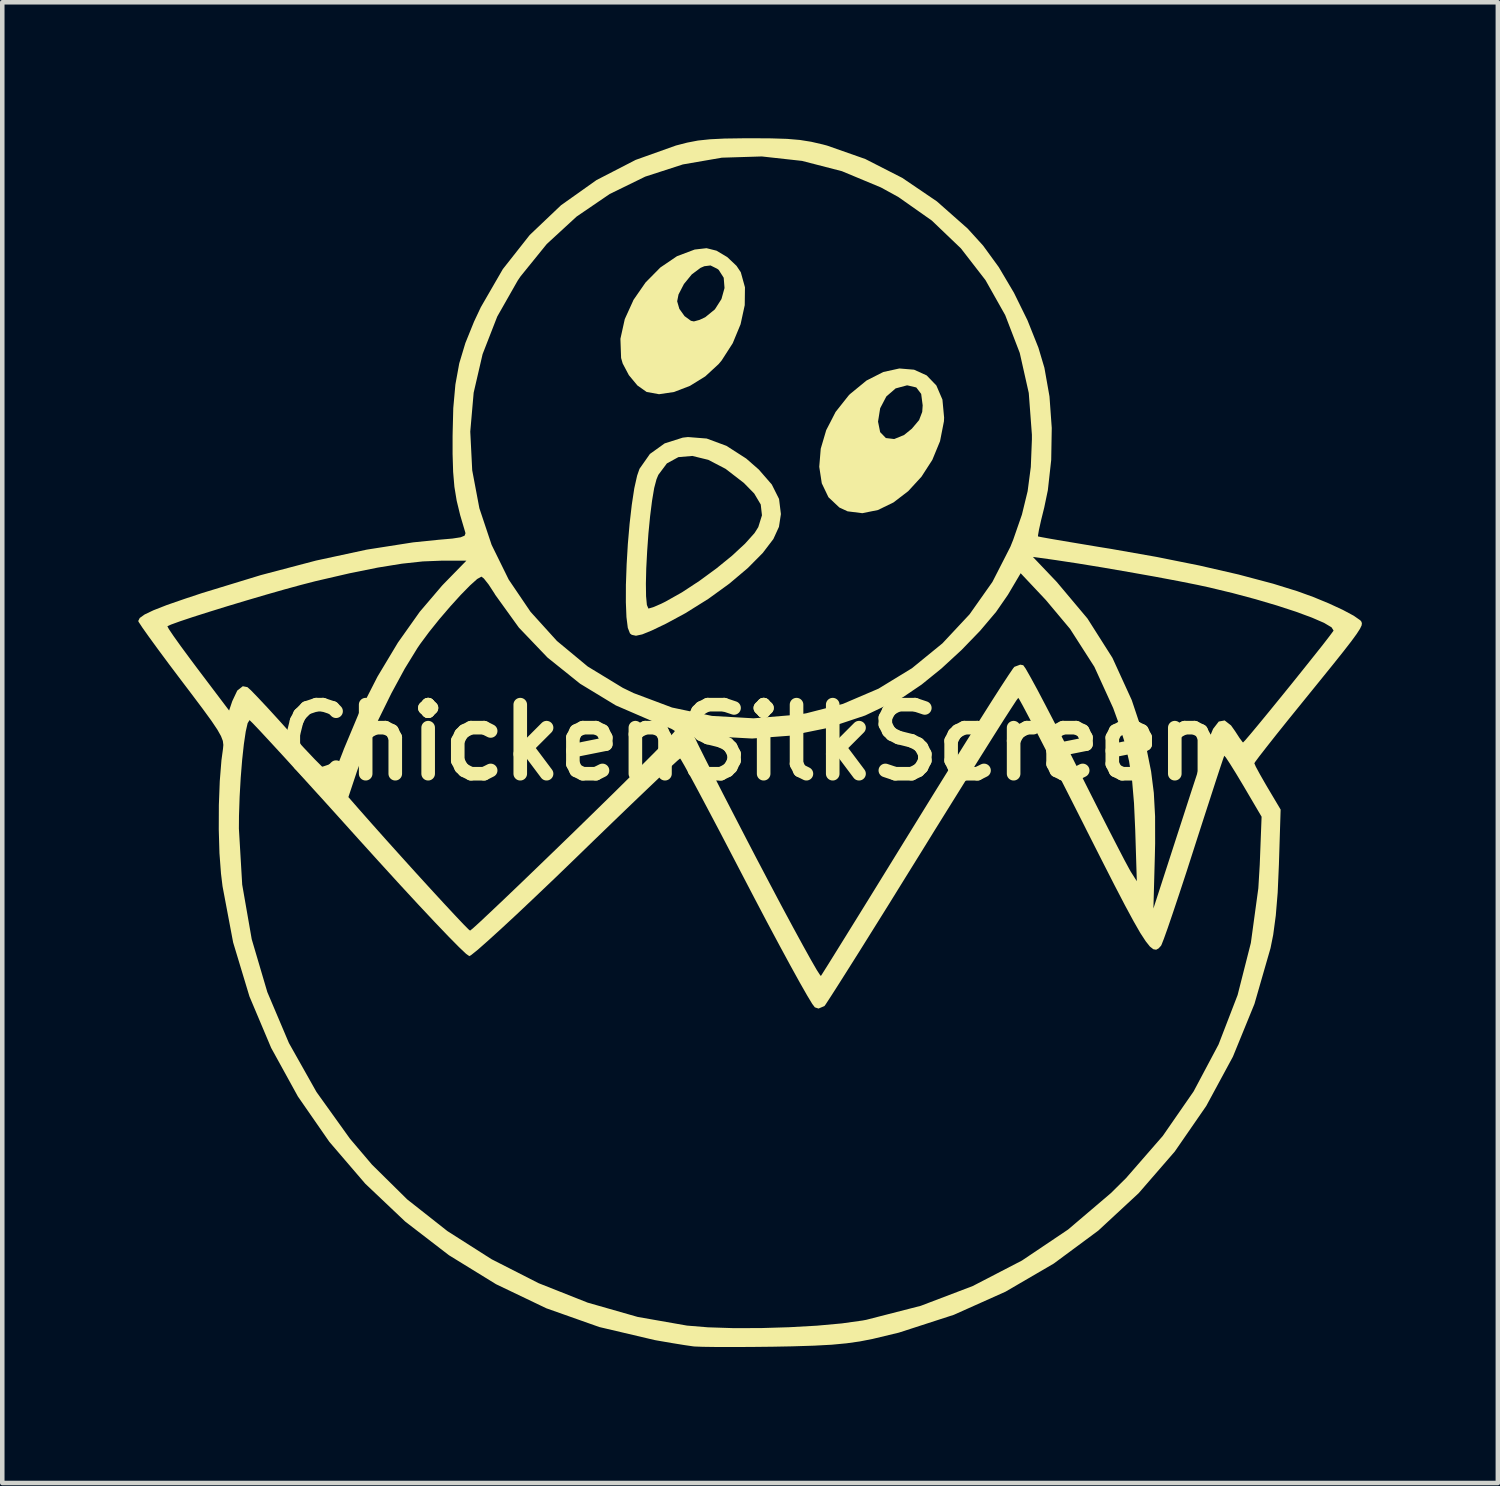
<source format=kicad_pcb>
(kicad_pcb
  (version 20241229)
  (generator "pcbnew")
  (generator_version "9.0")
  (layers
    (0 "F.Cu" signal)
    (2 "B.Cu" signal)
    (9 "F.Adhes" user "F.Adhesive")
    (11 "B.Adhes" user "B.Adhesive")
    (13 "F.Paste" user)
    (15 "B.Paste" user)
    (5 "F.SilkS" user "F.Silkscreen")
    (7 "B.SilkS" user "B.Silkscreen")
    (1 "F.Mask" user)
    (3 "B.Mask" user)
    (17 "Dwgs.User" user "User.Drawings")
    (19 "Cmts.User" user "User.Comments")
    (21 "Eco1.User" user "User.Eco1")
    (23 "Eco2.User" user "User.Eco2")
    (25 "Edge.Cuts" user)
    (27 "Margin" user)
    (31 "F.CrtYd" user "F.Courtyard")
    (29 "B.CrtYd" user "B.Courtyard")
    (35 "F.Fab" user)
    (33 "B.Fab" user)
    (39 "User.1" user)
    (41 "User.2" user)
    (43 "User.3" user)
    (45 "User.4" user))
  (footprint "ChickenSilkScreen"
    (layer "F.Cu")
    (at 13.509 13.332)
    (property "Reference" "ChickenSilkScreen" (at 0 0 0) (layer "F.SilkS") (effects (font (size 1.524 1.524) (thickness 0.3))))
    (attr through_hole)
    (fp_poly (pts (xy 3.609 -8.225) (xy 3.887 -8.099) (xy 4.101 -7.877) (xy 4.235 -7.565) (xy 4.272 -7.167) (xy 4.268 -7.085) (xy 4.182 -6.647) (xy 4.012 -6.235) (xy 3.772 -5.863) (xy 3.48 -5.545) (xy 3.155 -5.296) (xy 2.812 -5.129) (xy 2.468 -5.059) (xy 2.142 -5.1) (xy 1.961 -5.184) (xy 1.72 -5.411) (xy 1.573 -5.718) (xy 1.517 -6.083) (xy 1.55 -6.482) (xy 1.671 -6.892) (xy 1.768 -7.079) (xy 2.814 -7.079) (xy 2.861 -6.847) (xy 2.987 -6.717) (xy 3.171 -6.695) (xy 3.389 -6.784) (xy 3.56 -6.923) (xy 3.72 -7.113) (xy 3.789 -7.294) (xy 3.799 -7.437) (xy 3.766 -7.691) (xy 3.658 -7.833) (xy 3.464 -7.879) (xy 3.451 -7.879) (xy 3.202 -7.812) (xy 2.997 -7.634) (xy 2.861 -7.374) (xy 2.814 -7.079) (xy 1.768 -7.079) (xy 1.877 -7.292) (xy 2.166 -7.657) (xy 2.193 -7.685) (xy 2.56 -7.986) (xy 2.93 -8.174) (xy 3.285 -8.252)) (stroke (width 0) (type solid)) (fill yes) (layer "F.SilkS"))
    (fp_poly (pts (xy -0.75 -10.851) (xy -0.512 -10.709) (xy -0.308 -10.516) (xy -0.214 -10.375) (xy -0.122 -10.043) (xy -0.127 -9.649) (xy -0.219 -9.227) (xy -0.392 -8.809) (xy -0.637 -8.428) (xy -0.703 -8.349) (xy -0.997 -8.078) (xy -1.336 -7.868) (xy -1.687 -7.733) (xy -2.018 -7.684) (xy -2.292 -7.734) (xy -2.495 -7.877) (xy -2.684 -8.105) (xy -2.82 -8.362) (xy -2.855 -8.484) (xy -2.87 -8.907) (xy -2.774 -9.341) (xy -2.595 -9.734) (xy -1.618 -9.734) (xy -1.57 -9.568) (xy -1.455 -9.407) (xy -1.314 -9.304) (xy -1.249 -9.29) (xy -1.124 -9.324) (xy -0.998 -9.383) (xy -0.786 -9.556) (xy -0.641 -9.783) (xy -0.573 -10.027) (xy -0.591 -10.254) (xy -0.702 -10.428) (xy -0.735 -10.452) (xy -0.882 -10.525) (xy -1.019 -10.508) (xy -1.102 -10.472) (xy -1.295 -10.328) (xy -1.469 -10.115) (xy -1.588 -9.885) (xy -1.618 -9.734) (xy -2.595 -9.734) (xy -2.583 -9.763) (xy -2.315 -10.15) (xy -1.989 -10.48) (xy -1.622 -10.729) (xy -1.232 -10.876) (xy -0.97 -10.906)) (stroke (width 0) (type solid)) (fill yes) (layer "F.SilkS"))
    (fp_poly (pts (xy -0.966 -6.706) (xy -0.531 -6.545) (xy -0.095 -6.265) (xy 0.183 -6.022) (xy 0.47 -5.692) (xy 0.63 -5.373) (xy 0.671 -5.04) (xy 0.628 -4.758) (xy 0.505 -4.489) (xy 0.27 -4.181) (xy -0.06 -3.848) (xy -0.466 -3.505) (xy -0.931 -3.168) (xy -1.437 -2.852) (xy -1.865 -2.621) (xy -2.175 -2.472) (xy -2.388 -2.385) (xy -2.527 -2.355) (xy -2.619 -2.375) (xy -2.659 -2.406) (xy -2.707 -2.529) (xy -2.737 -2.767) (xy -2.75 -3.095) (xy -2.749 -3.49) (xy -2.748 -3.503) (xy -2.308 -3.503) (xy -2.304 -3.225) (xy -2.286 -3.034) (xy -2.253 -2.956) (xy -2.249 -2.955) (xy -2.146 -2.985) (xy -1.972 -3.06) (xy -1.879 -3.106) (xy -1.513 -3.312) (xy -1.129 -3.564) (xy -0.752 -3.84) (xy -0.407 -4.121) (xy -0.119 -4.388) (xy 0.089 -4.62) (xy 0.172 -4.752) (xy 0.253 -5.012) (xy 0.226 -5.251) (xy 0.082 -5.493) (xy -0.147 -5.727) (xy -0.549 -6.037) (xy -0.931 -6.236) (xy -1.283 -6.322) (xy -1.591 -6.296) (xy -1.845 -6.157) (xy -2.033 -5.905) (xy -2.074 -5.807) (xy -2.125 -5.614) (xy -2.172 -5.334) (xy -2.215 -4.992) (xy -2.252 -4.613) (xy -2.28 -4.221) (xy -2.3 -3.843) (xy -2.308 -3.503) (xy -2.748 -3.503) (xy -2.733 -3.927) (xy -2.706 -4.381) (xy -2.667 -4.829) (xy -2.619 -5.246) (xy -2.564 -5.608) (xy -2.501 -5.889) (xy -2.449 -6.038) (xy -2.219 -6.366) (xy -1.894 -6.599) (xy -1.494 -6.726) (xy -1.38 -6.739)) (stroke (width 0) (type solid)) (fill yes) (layer "F.SilkS"))
    (fp_poly (pts (xy 0.455 -13.329) (xy 0.806 -13.318) (xy 1.089 -13.294) (xy 1.34 -13.254) (xy 1.595 -13.195) (xy 1.689 -13.17) (xy 2.532 -12.874) (xy 3.349 -12.457) (xy 4.112 -11.939) (xy 4.791 -11.339) (xy 5.133 -10.962) (xy 5.478 -10.488) (xy 5.813 -9.922) (xy 6.112 -9.314) (xy 6.353 -8.71) (xy 6.485 -8.267) (xy 6.597 -7.635) (xy 6.647 -6.939) (xy 6.635 -6.233) (xy 6.561 -5.567) (xy 6.481 -5.183) (xy 6.413 -4.909) (xy 6.365 -4.693) (xy 6.343 -4.566) (xy 6.344 -4.546) (xy 6.417 -4.531) (xy 6.609 -4.496) (xy 6.901 -4.446) (xy 7.272 -4.384) (xy 7.702 -4.312) (xy 7.951 -4.272) (xy 8.955 -4.095) (xy 9.902 -3.905) (xy 10.768 -3.706) (xy 11.532 -3.503) (xy 12.067 -3.337) (xy 12.42 -3.209) (xy 12.764 -3.067) (xy 13.07 -2.925) (xy 13.309 -2.797) (xy 13.454 -2.696) (xy 13.477 -2.669) (xy 13.49 -2.633) (xy 13.484 -2.583) (xy 13.448 -2.508) (xy 13.375 -2.395) (xy 13.257 -2.233) (xy 13.083 -2.009) (xy 12.846 -1.712) (xy 12.537 -1.33) (xy 12.16 -0.865) (xy 11.865 -0.501) (xy 11.603 -0.174) (xy 11.386 0.101) (xy 11.225 0.308) (xy 11.133 0.432) (xy 11.117 0.46) (xy 11.15 0.536) (xy 11.24 0.702) (xy 11.367 0.924) (xy 11.407 0.992) (xy 11.697 1.48) (xy 11.659 2.693) (xy 11.632 3.312) (xy 11.59 3.819) (xy 11.533 4.244) (xy 11.474 4.538) (xy 11.119 5.77) (xy 10.644 6.933) (xy 10.056 8.02) (xy 9.361 9.026) (xy 8.564 9.945) (xy 7.673 10.771) (xy 6.692 11.497) (xy 5.627 12.118) (xy 4.487 12.628) (xy 3.275 13.021) (xy 2.692 13.161) (xy 2.41 13.216) (xy 2.119 13.257) (xy 1.792 13.288) (xy 1.401 13.309) (xy 0.917 13.324) (xy 0.493 13.332) (xy 0.029 13.337) (xy -0.401 13.339) (xy -0.772 13.338) (xy -1.059 13.334) (xy -1.238 13.327) (xy -1.266 13.324) (xy -1.452 13.297) (xy -1.724 13.253) (xy -2.032 13.2) (xy -2.111 13.186) (xy -3.335 12.898) (xy -4.505 12.484) (xy -5.614 11.953) (xy -6.654 11.313) (xy -7.618 10.571) (xy -8.5 9.735) (xy -9.292 8.812) (xy -9.986 7.811) (xy -10.576 6.739) (xy -11.055 5.604) (xy -11.415 4.412) (xy -11.649 3.173) (xy -11.683 2.892) (xy -11.717 2.443) (xy -11.732 1.924) (xy -11.732 1.9) (xy -11.288 1.9) (xy -11.215 3.137) (xy -11.005 4.341) (xy -10.661 5.507) (xy -10.184 6.632) (xy -9.576 7.712) (xy -8.837 8.743) (xy -8.353 9.313) (xy -7.574 10.082) (xy -6.687 10.781) (xy -5.714 11.401) (xy -4.676 11.93) (xy -3.594 12.359) (xy -2.489 12.675) (xy -1.401 12.866) (xy -0.939 12.904) (xy -0.383 12.922) (xy 0.227 12.921) (xy 0.855 12.902) (xy 1.464 12.868) (xy 2.015 12.818) (xy 2.471 12.754) (xy 2.552 12.739) (xy 3.756 12.43) (xy 4.904 11.993) (xy 5.989 11.431) (xy 7.007 10.747) (xy 7.953 9.942) (xy 8.287 9.611) (xy 9.097 8.681) (xy 9.777 7.699) (xy 10.327 6.664) (xy 10.748 5.572) (xy 11.04 4.423) (xy 11.205 3.216) (xy 11.236 2.701) (xy 11.277 1.638) (xy 10.875 0.954) (xy 10.713 0.684) (xy 10.579 0.469) (xy 10.488 0.331) (xy 10.453 0.293) (xy 10.428 0.363) (xy 10.365 0.551) (xy 10.27 0.84) (xy 10.149 1.214) (xy 10.006 1.655) (xy 9.847 2.148) (xy 9.78 2.357) (xy 9.615 2.87) (xy 9.46 3.341) (xy 9.322 3.754) (xy 9.207 4.091) (xy 9.12 4.334) (xy 9.067 4.468) (xy 9.058 4.485) (xy 9.004 4.544) (xy 8.95 4.573) (xy 8.888 4.562) (xy 8.813 4.503) (xy 8.72 4.386) (xy 8.6 4.202) (xy 8.45 3.94) (xy 8.262 3.592) (xy 8.031 3.148) (xy 7.751 2.599) (xy 7.415 1.935) (xy 7.345 1.795) (xy 7.053 1.218) (xy 6.78 0.681) (xy 6.533 0.197) (xy 6.318 -0.221) (xy 6.141 -0.56) (xy 6.01 -0.808) (xy 5.93 -0.952) (xy 5.908 -0.984) (xy 5.865 -0.926) (xy 5.756 -0.759) (xy 5.585 -0.494) (xy 5.362 -0.141) (xy 5.091 0.29) (xy 4.781 0.786) (xy 4.437 1.338) (xy 4.066 1.934) (xy 3.798 2.368) (xy 3.41 2.993) (xy 3.044 3.584) (xy 2.704 4.128) (xy 2.399 4.616) (xy 2.134 5.036) (xy 1.918 5.377) (xy 1.757 5.628) (xy 1.659 5.778) (xy 1.631 5.816) (xy 1.501 5.871) (xy 1.42 5.844) (xy 1.363 5.769) (xy 1.25 5.582) (xy 1.087 5.296) (xy 0.882 4.925) (xy 0.641 4.48) (xy 0.372 3.977) (xy 0.083 3.427) (xy -0.106 3.065) (xy -0.402 2.497) (xy -0.678 1.968) (xy -0.929 1.493) (xy -1.146 1.084) (xy -1.324 0.753) (xy -1.456 0.514) (xy -1.534 0.379) (xy -1.553 0.353) (xy -1.61 0.4) (xy -1.758 0.536) (xy -1.986 0.75) (xy -2.283 1.033) (xy -2.64 1.374) (xy -3.046 1.765) (xy -3.49 2.194) (xy -3.839 2.533) (xy -4.308 2.986) (xy -4.75 3.407) (xy -5.152 3.787) (xy -5.506 4.115) (xy -5.799 4.381) (xy -6.02 4.576) (xy -6.161 4.689) (xy -6.205 4.714) (xy -6.276 4.663) (xy -6.432 4.515) (xy -6.665 4.279) (xy -6.966 3.964) (xy -7.328 3.578) (xy -7.741 3.131) (xy -8.198 2.63) (xy -8.668 2.111) (xy -9.128 1.6) (xy -9.485 1.205) (xy -8.872 1.205) (xy -8.645 1.465) (xy -8.351 1.798) (xy -8.031 2.157) (xy -7.699 2.526) (xy -7.369 2.891) (xy -7.054 3.236) (xy -6.768 3.547) (xy -6.525 3.808) (xy -6.338 4.006) (xy -6.221 4.124) (xy -6.187 4.151) (xy -6.128 4.104) (xy -5.978 3.968) (xy -5.749 3.753) (xy -5.45 3.47) (xy -5.092 3.128) (xy -4.686 2.737) (xy -4.241 2.307) (xy -3.895 1.972) (xy -3.431 1.519) (xy -2.999 1.096) (xy -2.611 0.712) (xy -2.276 0.379) (xy -2.005 0.106) (xy -1.807 -0.097) (xy -1.735 -0.174) (xy -1.256 -0.174) (xy -1.23 -0.109) (xy -1.145 0.069) (xy -1.007 0.345) (xy -0.824 0.706) (xy -0.602 1.141) (xy -0.346 1.636) (xy -0.065 2.179) (xy 0.115 2.525) (xy 0.411 3.088) (xy 0.686 3.608) (xy 0.936 4.073) (xy 1.153 4.471) (xy 1.329 4.788) (xy 1.459 5.014) (xy 1.536 5.134) (xy 1.554 5.151) (xy 1.597 5.083) (xy 1.708 4.907) (xy 1.879 4.632) (xy 2.103 4.271) (xy 2.374 3.834) (xy 2.685 3.331) (xy 3.028 2.775) (xy 3.398 2.175) (xy 3.655 1.759) (xy 4.04 1.135) (xy 4.406 0.546) (xy 4.745 0.003) (xy 5.051 -0.483) (xy 5.315 -0.901) (xy 5.532 -1.24) (xy 5.694 -1.487) (xy 5.794 -1.634) (xy 5.823 -1.669) (xy 5.952 -1.717) (xy 6.018 -1.704) (xy 6.07 -1.631) (xy 6.175 -1.447) (xy 6.328 -1.167) (xy 6.518 -0.805) (xy 6.74 -0.377) (xy 6.985 0.103) (xy 7.181 0.493) (xy 7.441 1.01) (xy 7.686 1.495) (xy 7.908 1.931) (xy 8.099 2.302) (xy 8.249 2.591) (xy 8.352 2.782) (xy 8.39 2.85) (xy 8.524 3.061) (xy 8.489 1.935) (xy 8.462 1.34) (xy 8.42 0.845) (xy 8.353 0.412) (xy 8.256 -0.001) (xy 8.121 -0.432) (xy 8.002 -0.76) (xy 7.587 -1.67) (xy 7.051 -2.506) (xy 6.516 -3.144) (xy 5.961 -3.734) (xy 5.679 -3.257) (xy 5.418 -2.88) (xy 5.066 -2.464) (xy 4.655 -2.039) (xy 4.214 -1.633) (xy 3.776 -1.278) (xy 3.37 -1.003) (xy 3.307 -0.966) (xy 2.529 -0.595) (xy 1.704 -0.32) (xy 0.863 -0.149) (xy 0.036 -0.087) (xy -0.607 -0.122) (xy -0.887 -0.154) (xy -1.107 -0.173) (xy -1.236 -0.177) (xy -1.256 -0.174) (xy -1.735 -0.174) (xy -1.693 -0.22) (xy -1.668 -0.253) (xy -1.737 -0.297) (xy -1.904 -0.37) (xy -2.133 -0.455) (xy -2.139 -0.458) (xy -2.972 -0.818) (xy -3.759 -1.296) (xy -4.479 -1.874) (xy -5.11 -2.534) (xy -5.632 -3.258) (xy -5.65 -3.289) (xy -5.777 -3.484) (xy -5.883 -3.618) (xy -5.937 -3.659) (xy -6.03 -3.607) (xy -6.188 -3.465) (xy -6.394 -3.255) (xy -6.626 -2.999) (xy -6.866 -2.719) (xy -7.093 -2.436) (xy -7.288 -2.173) (xy -7.348 -2.085) (xy -7.629 -1.628) (xy -7.924 -1.084) (xy -8.21 -0.503) (xy -8.465 0.067) (xy -8.663 0.58) (xy -8.689 0.655) (xy -8.872 1.205) (xy -9.485 1.205) (xy -9.561 1.122) (xy -9.956 0.687) (xy -10.304 0.305) (xy -10.597 -0.013) (xy -10.825 -0.259) (xy -10.979 -0.421) (xy -11.05 -0.491) (xy -11.053 -0.493) (xy -11.095 -0.426) (xy -11.137 -0.242) (xy -11.178 0.035) (xy -11.216 0.384) (xy -11.248 0.779) (xy -11.272 1.199) (xy -11.286 1.619) (xy -11.288 1.9) (xy -11.732 1.9) (xy -11.73 1.379) (xy -11.71 0.853) (xy -11.673 0.392) (xy -11.639 0.141) (xy -11.631 0.054) (xy -11.642 -0.034) (xy -11.683 -0.141) (xy -11.763 -0.283) (xy -11.893 -0.477) (xy -12.083 -0.738) (xy -12.343 -1.084) (xy -12.554 -1.362) (xy -12.83 -1.728) (xy -13.074 -2.057) (xy -13.275 -2.333) (xy -13.421 -2.539) (xy -13.437 -2.564) (xy -12.866 -2.564) (xy -12.834 -2.503) (xy -12.731 -2.35) (xy -12.569 -2.123) (xy -12.361 -1.841) (xy -12.198 -1.623) (xy -11.504 -0.705) (xy -11.434 -0.912) (xy -11.324 -1.145) (xy -11.202 -1.241) (xy -11.1 -1.221) (xy -11.022 -1.151) (xy -10.869 -0.993) (xy -10.656 -0.766) (xy -10.4 -0.486) (xy -10.133 -0.189) (xy -9.858 0.114) (xy -9.613 0.373) (xy -9.415 0.571) (xy -9.277 0.694) (xy -9.217 0.726) (xy -9.217 0.726) (xy -9.17 0.636) (xy -9.09 0.451) (xy -8.994 0.205) (xy -8.97 0.141) (xy -8.635 -0.659) (xy -8.231 -1.451) (xy -7.779 -2.204) (xy -7.297 -2.884) (xy -6.806 -3.46) (xy -6.762 -3.506) (xy -6.269 -4.011) (xy -6.819 -4.011) (xy -7.229 -3.995) (xy -7.69 -3.945) (xy -8.222 -3.859) (xy -8.846 -3.733) (xy -9.581 -3.563) (xy -9.629 -3.551) (xy -9.923 -3.475) (xy -10.285 -3.376) (xy -10.691 -3.26) (xy -11.119 -3.134) (xy -11.545 -3.006) (xy -11.948 -2.881) (xy -12.304 -2.768) (xy -12.591 -2.672) (xy -12.787 -2.601) (xy -12.866 -2.564) (xy -13.437 -2.564) (xy -13.499 -2.658) (xy -13.509 -2.68) (xy -13.476 -2.747) (xy -13.368 -2.824) (xy -13.173 -2.917) (xy -12.877 -3.033) (xy -12.467 -3.175) (xy -12.102 -3.296) (xy -10.803 -3.693) (xy -9.588 -4.013) (xy -8.466 -4.255) (xy -7.445 -4.415) (xy -6.876 -4.473) (xy -6.578 -4.499) (xy -6.396 -4.527) (xy -6.308 -4.563) (xy -6.289 -4.614) (xy -6.293 -4.635) (xy -6.405 -5.014) (xy -6.483 -5.336) (xy -6.533 -5.641) (xy -6.561 -5.97) (xy -6.573 -6.366) (xy -6.573 -6.755) (xy -6.571 -6.859) (xy -6.183 -6.859) (xy -6.14 -6.005) (xy -5.982 -5.168) (xy -5.712 -4.36) (xy -5.335 -3.594) (xy -4.853 -2.883) (xy -4.271 -2.24) (xy -3.591 -1.676) (xy -2.817 -1.205) (xy -2.58 -1.09) (xy -1.731 -0.771) (xy -0.85 -0.586) (xy 0.069 -0.533) (xy 1.033 -0.613) (xy 1.227 -0.643) (xy 2.041 -0.852) (xy 2.824 -1.187) (xy 3.561 -1.637) (xy 4.235 -2.187) (xy 4.833 -2.827) (xy 5.337 -3.541) (xy 5.62 -4.094) (xy 6.231 -4.094) (xy 6.757 -3.542) (xy 7.435 -2.735) (xy 7.986 -1.867) (xy 8.412 -0.935) (xy 8.609 -0.345) (xy 8.744 0.166) (xy 8.839 0.638) (xy 8.899 1.112) (xy 8.927 1.629) (xy 8.928 2.228) (xy 8.922 2.498) (xy 8.89 3.664) (xy 9.409 2.061) (xy 9.565 1.58) (xy 9.715 1.116) (xy 9.853 0.695) (xy 9.969 0.342) (xy 10.054 0.085) (xy 10.082 0) (xy 10.207 -0.3) (xy 10.332 -0.462) (xy 10.462 -0.486) (xy 10.603 -0.376) (xy 10.692 -0.25) (xy 10.792 -0.096) (xy 10.858 -0.008) (xy 10.868 0) (xy 10.918 -0.052) (xy 11.04 -0.195) (xy 11.219 -0.41) (xy 11.44 -0.679) (xy 11.686 -0.981) (xy 11.944 -1.299) (xy 12.196 -1.613) (xy 12.429 -1.905) (xy 12.627 -2.154) (xy 12.773 -2.343) (xy 12.854 -2.452) (xy 12.865 -2.469) (xy 12.82 -2.541) (xy 12.655 -2.639) (xy 12.387 -2.755) (xy 12.035 -2.885) (xy 11.615 -3.022) (xy 11.144 -3.161) (xy 10.64 -3.296) (xy 10.121 -3.421) (xy 9.867 -3.476) (xy 9.442 -3.561) (xy 8.921 -3.659) (xy 8.347 -3.761) (xy 7.763 -3.862) (xy 7.211 -3.952) (xy 6.736 -4.024) (xy 6.581 -4.046) (xy 6.231 -4.094) (xy 5.62 -4.094) (xy 5.734 -4.318) (xy 5.796 -4.472) (xy 5.989 -5.028) (xy 6.115 -5.545) (xy 6.185 -6.079) (xy 6.209 -6.685) (xy 6.209 -6.79) (xy 6.14 -7.711) (xy 5.941 -8.595) (xy 5.62 -9.429) (xy 5.185 -10.201) (xy 4.643 -10.901) (xy 4 -11.516) (xy 3.264 -12.034) (xy 2.878 -12.246) (xy 2.017 -12.605) (xy 1.137 -12.832) (xy 0.25 -12.93) (xy -0.631 -12.903) (xy -1.492 -12.754) (xy -2.322 -12.485) (xy -3.107 -12.101) (xy -3.836 -11.604) (xy -4.495 -10.998) (xy -5.072 -10.286) (xy -5.136 -10.192) (xy -5.588 -9.397) (xy -5.911 -8.568) (xy -6.108 -7.718) (xy -6.183 -6.859) (xy -6.571 -6.859) (xy -6.558 -7.376) (xy -6.511 -7.899) (xy -6.426 -8.365) (xy -6.291 -8.813) (xy -6.1 -9.285) (xy -5.95 -9.604) (xy -5.464 -10.445) (xy -4.871 -11.197) (xy -4.18 -11.854) (xy -3.399 -12.408) (xy -2.534 -12.854) (xy -1.646 -13.171) (xy -1.398 -13.235) (xy -1.159 -13.281) (xy -0.895 -13.309) (xy -0.571 -13.325) (xy -0.152 -13.331) (xy 0 -13.332)) (stroke (width 0) (type solid)) (fill yes) (layer "F.SilkS")))
  (gr_rect
    (start -3 -3)
    (end 29.999 29.671)
    (stroke (width 0.1) (type default))
    (fill no)
    (layer "Edge.Cuts")))
</source>
